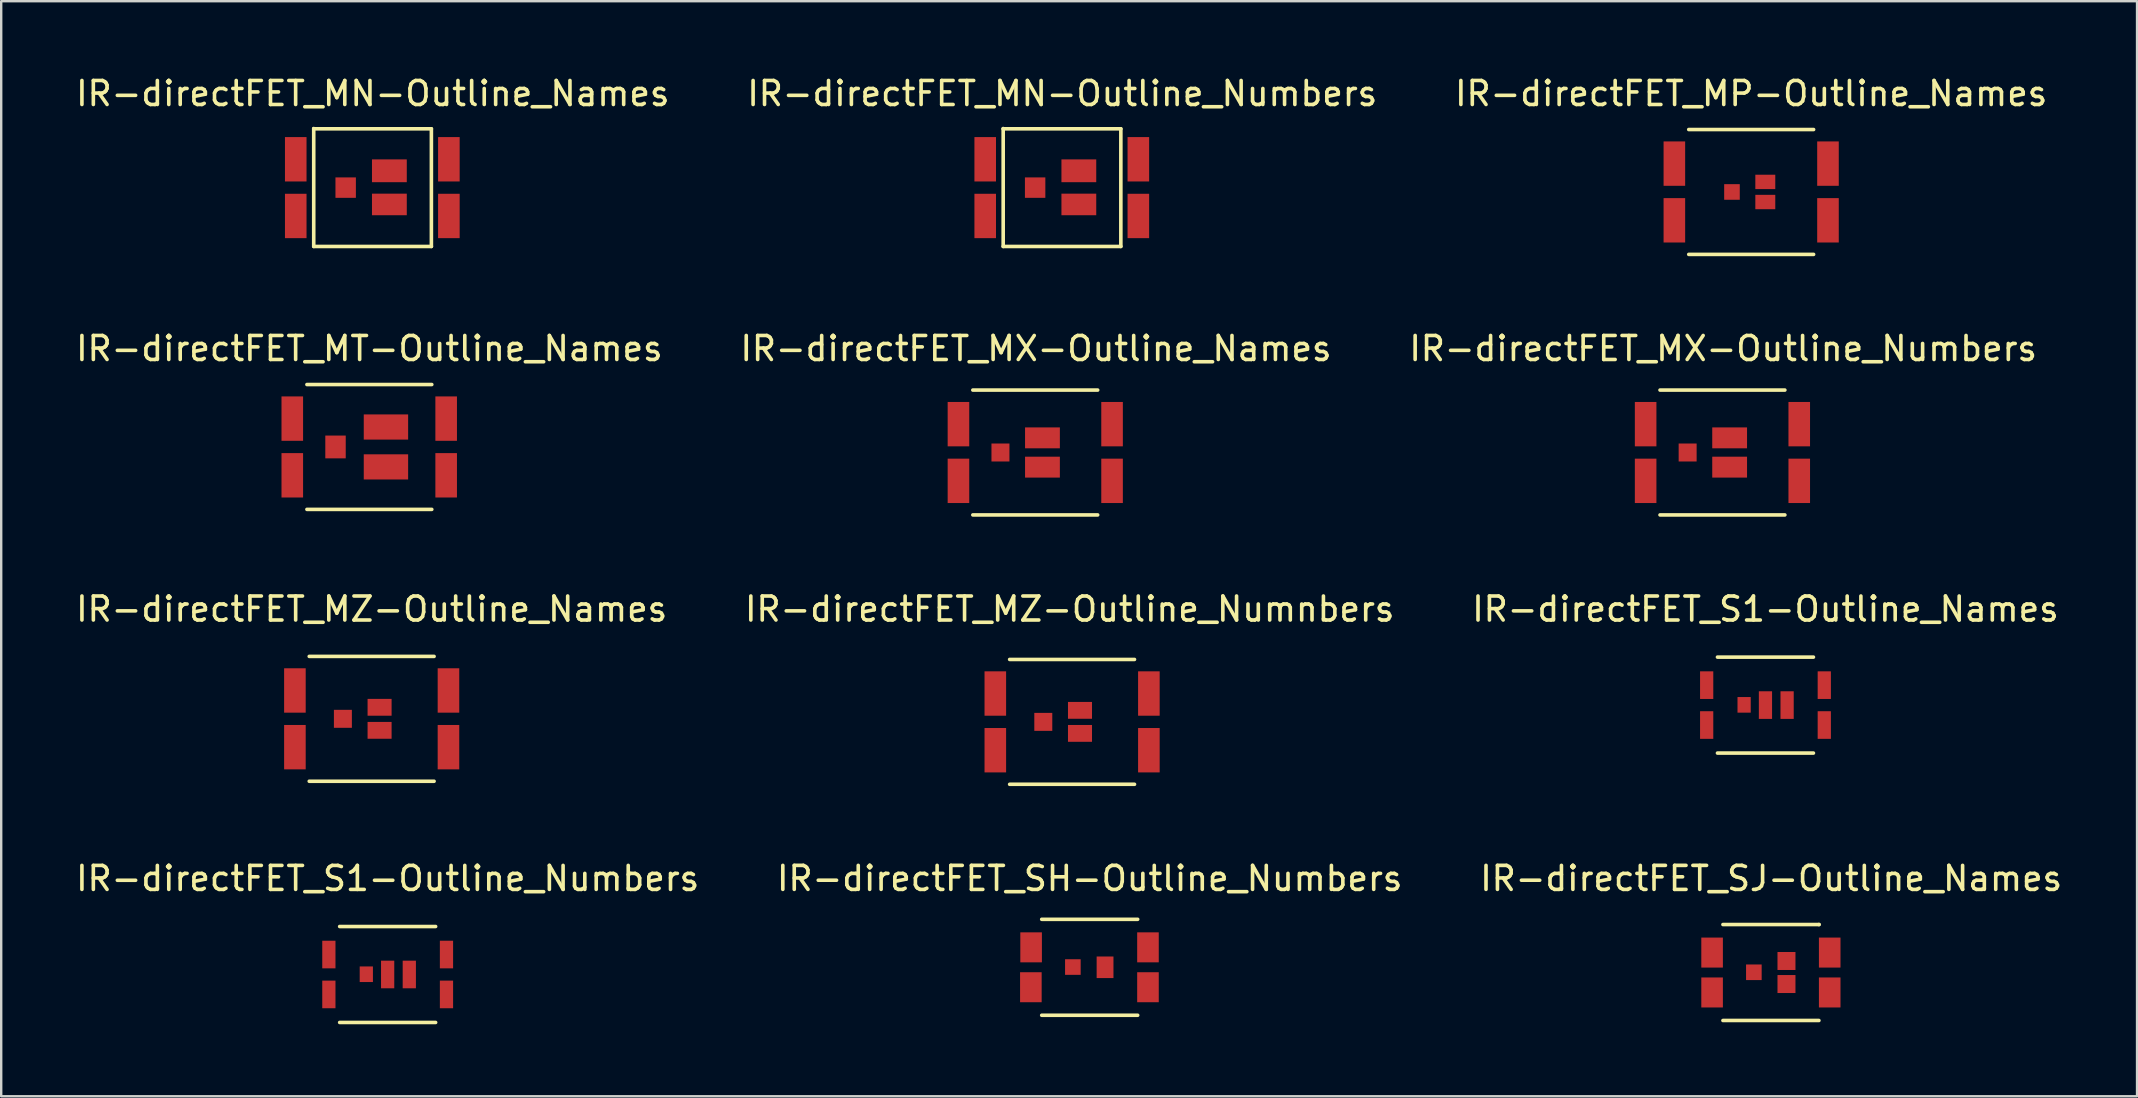
<source format=kicad_pcb>
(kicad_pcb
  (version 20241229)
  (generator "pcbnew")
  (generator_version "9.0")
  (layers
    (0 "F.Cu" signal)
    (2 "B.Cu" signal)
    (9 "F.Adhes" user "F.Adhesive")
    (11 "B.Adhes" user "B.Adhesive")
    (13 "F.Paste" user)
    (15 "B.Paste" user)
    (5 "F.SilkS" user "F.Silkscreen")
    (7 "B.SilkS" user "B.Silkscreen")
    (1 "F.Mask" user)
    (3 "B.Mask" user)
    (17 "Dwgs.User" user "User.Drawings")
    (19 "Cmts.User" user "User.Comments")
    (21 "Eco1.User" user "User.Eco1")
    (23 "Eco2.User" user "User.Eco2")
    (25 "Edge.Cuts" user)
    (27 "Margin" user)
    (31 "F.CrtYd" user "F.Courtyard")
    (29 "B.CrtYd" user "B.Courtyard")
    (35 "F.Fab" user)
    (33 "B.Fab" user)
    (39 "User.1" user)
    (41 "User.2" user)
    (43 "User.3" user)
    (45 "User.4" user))
  (footprint "IR-directFET_MN-Outline_Numbers"
    (layer "F.Cu")
    (at 41.198 4.767)
    (property "Reference" "IR-directFET_MN-Outline_Numbers" (at 0.01 -3.919 0) (layer "F.SilkS") (effects (font (size 1 1) (thickness 0.15))))
    (attr through_hole)
    (fp_line (start -2.451 -2.451) (end -2.451 -2.461) (stroke (width 0.15) (type solid)) (layer "F.SilkS"))
    (fp_line (start -2.451 2.451) (end -2.451 -2.451) (stroke (width 0.15) (type solid)) (layer "F.SilkS"))
    (fp_line (start -2.441 -2.451) (end 2.451 -2.451) (stroke (width 0.15) (type solid)) (layer "F.SilkS"))
    (fp_line (start 2.451 -2.451) (end 2.451 2.451) (stroke (width 0.15) (type solid)) (layer "F.SilkS"))
    (fp_line (start 2.451 2.451) (end -2.451 2.451) (stroke (width 0.15) (type solid)) (layer "F.SilkS"))
    (pad "1" smd rect (at 3.18 -1.181) (size 0.899 1.849) (layers "F.Cu" "F.Mask" "F.Paste"))
    (pad "2" smd rect (at 3.18 1.181) (size 0.899 1.849) (layers "F.Cu" "F.Mask" "F.Paste"))
    (pad "3" smd rect (at 0.701 -0.701) (size 1.45 0.95) (layers "F.Cu" "F.Mask" "F.Paste"))
    (pad "4" smd rect (at 0.701 0.701) (size 1.45 0.899) (layers "F.Cu" "F.Mask" "F.Paste"))
    (pad "5" smd rect (at -1.12 0) (size 0.851 0.851) (layers "F.Cu" "F.Mask" "F.Paste"))
    (pad "6" smd rect (at -3.2 -1.181) (size 0.899 1.849) (layers "F.Cu" "F.Mask" "F.Paste"))
    (pad "7" smd rect (at -3.2 1.181) (size 0.899 1.849) (layers "F.Cu" "F.Mask" "F.Paste")))
  (footprint "IR-directFET_MZ-Outline_Names"
    (layer "F.Cu")
    (at 12.435 26.899)
    (property "Reference" "IR-directFET_MZ-Outline_Names" (at 0 -4.572 0) (layer "F.SilkS") (effects (font (size 1 1) (thickness 0.15))))
    (attr through_hole)
    (fp_line (start -2.601 -2.601) (end 2.601 -2.601) (stroke (width 0.15) (type solid)) (layer "F.SilkS"))
    (fp_line (start 2.601 2.601) (end -2.601 2.601) (stroke (width 0.15) (type solid)) (layer "F.SilkS"))
    (pad "D" smd rect (at -3.198 -1.181) (size 0.899 1.849) (layers "F.Cu" "F.Mask" "F.Paste"))
    (pad "D" smd rect (at -3.198 1.181) (size 0.899 1.849) (layers "F.Cu" "F.Mask" "F.Paste"))
    (pad "D" smd rect (at 3.2 -1.181) (size 0.899 1.849) (layers "F.Cu" "F.Mask" "F.Paste"))
    (pad "D" smd rect (at 3.2 1.181) (size 0.899 1.849) (layers "F.Cu" "F.Mask" "F.Paste"))
    (pad "G" smd rect (at -1.199 0) (size 0.749 0.749) (layers "F.Cu" "F.Mask" "F.Paste"))
    (pad "S" smd rect (at 0.33 -0.48) (size 1.001 0.701) (layers "F.Cu" "F.Mask" "F.Paste"))
    (pad "S" smd rect (at 0.33 0.48) (size 1.001 0.701) (layers "F.Cu" "F.Mask" "F.Paste")))
  (footprint "IR-directFET_SJ-Outline_Names"
    (layer "F.Cu")
    (at 70.734 37.469)
    (property "Reference" "IR-directFET_SJ-Outline_Names" (at 0.01 -3.919 0) (layer "F.SilkS") (effects (font (size 1 1) (thickness 0.15))))
    (attr through_hole)
    (fp_line (start -1.999 -1.999) (end 1.999 -1.999) (stroke (width 0.15) (type solid)) (layer "F.SilkS"))
    (fp_line (start 1.999 -1.999) (end 2.009 -1.999) (stroke (width 0.15) (type solid)) (layer "F.SilkS"))
    (fp_line (start 1.999 1.999) (end -1.999 1.999) (stroke (width 0.15) (type solid)) (layer "F.SilkS"))
    (pad "D" smd rect (at -2.451 -0.831) (size 0.899 1.25) (layers "F.Cu" "F.Mask" "F.Paste"))
    (pad "D" smd rect (at -2.451 0.831) (size 0.899 1.25) (layers "F.Cu" "F.Mask" "F.Paste"))
    (pad "D" smd rect (at 2.449 -0.831) (size 0.899 1.25) (layers "F.Cu" "F.Mask" "F.Paste"))
    (pad "D" smd rect (at 2.449 0.831) (size 0.899 1.25) (layers "F.Cu" "F.Mask" "F.Paste"))
    (pad "G" smd rect (at -0.711 -0.01) (size 0.65 0.65) (layers "F.Cu" "F.Mask" "F.Paste"))
    (pad "S" smd rect (at 0.648 -0.48) (size 0.749 0.749) (layers "F.Cu" "F.Mask" "F.Paste"))
    (pad "S" smd rect (at 0.648 0.48) (size 0.749 0.749) (layers "F.Cu" "F.Mask" "F.Paste")))
  (footprint "IR-directFET_MZ-Outline_Numnbers"
    (layer "F.Cu")
    (at 41.617 27.026)
    (property "Reference" "IR-directFET_MZ-Outline_Numnbers" (at -0.099 -4.699 0) (layer "F.SilkS") (effects (font (size 1 1) (thickness 0.15))))
    (attr through_hole)
    (fp_line (start -2.601 -2.601) (end 2.601 -2.601) (stroke (width 0.15) (type solid)) (layer "F.SilkS"))
    (fp_line (start 2.601 2.601) (end -2.601 2.601) (stroke (width 0.15) (type solid)) (layer "F.SilkS"))
    (pad "1" smd rect (at 3.2 -1.181) (size 0.899 1.849) (layers "F.Cu" "F.Mask" "F.Paste"))
    (pad "2" smd rect (at 3.2 1.181) (size 0.899 1.849) (layers "F.Cu" "F.Mask" "F.Paste"))
    (pad "4" smd rect (at 0.33 -0.48) (size 1.001 0.701) (layers "F.Cu" "F.Mask" "F.Paste"))
    (pad "4" smd rect (at 0.33 0.48) (size 1.001 0.701) (layers "F.Cu" "F.Mask" "F.Paste"))
    (pad "5" smd rect (at -1.199 0) (size 0.749 0.749) (layers "F.Cu" "F.Mask" "F.Paste"))
    (pad "6" smd rect (at -3.198 -1.181) (size 0.899 1.849) (layers "F.Cu" "F.Mask" "F.Paste"))
    (pad "7" smd rect (at -3.198 1.181) (size 0.899 1.849) (layers "F.Cu" "F.Mask" "F.Paste")))
  (footprint "IR-directFET_S1-Outline_Numbers"
    (layer "F.Cu")
    (at 13.101 37.551)
    (property "Reference" "IR-directFET_S1-Outline_Numbers" (at 0 -4 0) (layer "F.SilkS") (effects (font (size 1 1) (thickness 0.15))))
    (attr through_hole)
    (fp_line (start -1.999 -1.999) (end 1.999 -1.999) (stroke (width 0.15) (type solid)) (layer "F.SilkS"))
    (fp_line (start 1.999 1.999) (end -1.999 1.999) (stroke (width 0.15) (type solid)) (layer "F.SilkS"))
    (pad "1" smd rect (at 2.451 -0.831) (size 0.551 1.151) (layers "F.Cu" "F.Mask" "F.Paste"))
    (pad "2" smd rect (at 2.451 0.831) (size 0.551 1.151) (layers "F.Cu" "F.Mask" "F.Paste"))
    (pad "3" smd rect (at 0.902 0) (size 0.551 1.151) (layers "F.Cu" "F.Mask" "F.Paste"))
    (pad "4" smd rect (at 0 0) (size 0.551 1.151) (layers "F.Cu" "F.Mask" "F.Paste"))
    (pad "5" smd rect (at -0.889 -0.01) (size 0.551 0.65) (layers "F.Cu" "F.Mask" "F.Paste"))
    (pad "6" smd rect (at -2.449 -0.831) (size 0.551 1.151) (layers "F.Cu" "F.Mask" "F.Paste"))
    (pad "7" smd rect (at -2.449 0.831) (size 0.551 1.151) (layers "F.Cu" "F.Mask" "F.Paste")))
  (footprint "IR-directFET_SH-Outline_Numbers"
    (layer "F.Cu")
    (at 42.351 37.251)
    (property "Reference" "IR-directFET_SH-Outline_Numbers" (at 0 -3.701 0) (layer "F.SilkS") (effects (font (size 1 1) (thickness 0.15))))
    (attr through_hole)
    (fp_line (start -1.999 -1.999) (end 1.999 -1.999) (stroke (width 0.15) (type solid)) (layer "F.SilkS"))
    (fp_line (start 1.999 1.999) (end -1.999 1.999) (stroke (width 0.15) (type solid)) (layer "F.SilkS"))
    (pad "D" smd rect (at -2.451 0.831) (size 0.899 1.25) (layers "F.Cu" "F.Mask" "F.Paste"))
    (pad "D" smd rect (at -2.441 -0.831) (size 0.899 1.25) (layers "F.Cu" "F.Mask" "F.Paste"))
    (pad "D" smd rect (at 2.428 -0.831) (size 0.899 1.25) (layers "F.Cu" "F.Mask" "F.Paste"))
    (pad "D" smd rect (at 2.428 0.831) (size 0.899 1.25) (layers "F.Cu" "F.Mask" "F.Paste"))
    (pad "G" smd rect (at -0.701 -0.01) (size 0.65 0.65) (layers "F.Cu" "F.Mask" "F.Paste"))
    (pad "S" smd rect (at 0.64 0) (size 0.701 0.899) (layers "F.Cu" "F.Mask" "F.Paste")))
  (footprint "IR-directFET_MX-Outline_Names"
    (layer "F.Cu")
    (at 40.083 15.803)
    (property "Reference" "IR-directFET_MX-Outline_Names" (at 0.03 -4.331 0) (layer "F.SilkS") (effects (font (size 1 1) (thickness 0.15))))
    (attr through_hole)
    (fp_line (start -2.601 -2.601) (end 2.601 -2.601) (stroke (width 0.15) (type solid)) (layer "F.SilkS"))
    (fp_line (start 2.601 2.601) (end -2.601 2.601) (stroke (width 0.15) (type solid)) (layer "F.SilkS"))
    (pad "D" smd rect (at -3.2 -1.181) (size 0.899 1.849) (layers "F.Cu" "F.Mask" "F.Paste"))
    (pad "D" smd rect (at -3.2 1.181) (size 0.899 1.849) (layers "F.Cu" "F.Mask" "F.Paste"))
    (pad "D" smd rect (at 3.2 -1.181) (size 0.899 1.849) (layers "F.Cu" "F.Mask" "F.Paste"))
    (pad "D" smd rect (at 3.2 1.181) (size 0.899 1.849) (layers "F.Cu" "F.Mask" "F.Paste"))
    (pad "G" smd rect (at -1.45 0) (size 0.749 0.749) (layers "F.Cu" "F.Mask" "F.Paste"))
    (pad "S" smd rect (at 0.3 -0.61) (size 1.45 0.871) (layers "F.Cu" "F.Mask" "F.Paste"))
    (pad "S" smd rect (at 0.3 0.61) (size 1.45 0.871) (layers "F.Cu" "F.Mask" "F.Paste")))
  (footprint "IR-directFET_MN-Outline_Names"
    (layer "F.Cu")
    (at 12.472 4.767)
    (property "Reference" "IR-directFET_MN-Outline_Names" (at 0.01 -3.919 0) (layer "F.SilkS") (effects (font (size 1 1) (thickness 0.15))))
    (attr through_hole)
    (fp_line (start -2.451 -2.451) (end -2.451 -2.461) (stroke (width 0.15) (type solid)) (layer "F.SilkS"))
    (fp_line (start -2.451 2.451) (end -2.451 -2.451) (stroke (width 0.15) (type solid)) (layer "F.SilkS"))
    (fp_line (start -2.441 -2.451) (end 2.451 -2.451) (stroke (width 0.15) (type solid)) (layer "F.SilkS"))
    (fp_line (start 2.451 -2.451) (end 2.451 2.451) (stroke (width 0.15) (type solid)) (layer "F.SilkS"))
    (fp_line (start 2.451 2.451) (end -2.451 2.451) (stroke (width 0.15) (type solid)) (layer "F.SilkS"))
    (pad "D" smd rect (at -3.2 -1.181) (size 0.899 1.849) (layers "F.Cu" "F.Mask" "F.Paste"))
    (pad "D" smd rect (at -3.2 1.181) (size 0.899 1.849) (layers "F.Cu" "F.Mask" "F.Paste"))
    (pad "D" smd rect (at 3.18 -1.181) (size 0.899 1.849) (layers "F.Cu" "F.Mask" "F.Paste"))
    (pad "D" smd rect (at 3.18 1.181) (size 0.899 1.849) (layers "F.Cu" "F.Mask" "F.Paste"))
    (pad "G" smd rect (at -1.12 0) (size 0.851 0.851) (layers "F.Cu" "F.Mask" "F.Paste"))
    (pad "S" smd rect (at 0.701 -0.701) (size 1.45 0.95) (layers "F.Cu" "F.Mask" "F.Paste"))
    (pad "S" smd rect (at 0.701 0.701) (size 1.45 0.899) (layers "F.Cu" "F.Mask" "F.Paste")))
  (footprint "IR-directFET_S1-Outline_Names"
    (layer "F.Cu")
    (at 70.506 26.327)
    (property "Reference" "IR-directFET_S1-Outline_Names" (at 0 -4 0) (layer "F.SilkS") (effects (font (size 1 1) (thickness 0.15))))
    (attr through_hole)
    (fp_line (start -1.999 -1.999) (end 1.999 -1.999) (stroke (width 0.15) (type solid)) (layer "F.SilkS"))
    (fp_line (start 1.999 1.999) (end -1.999 1.999) (stroke (width 0.15) (type solid)) (layer "F.SilkS"))
    (pad "D" smd rect (at -2.449 -0.831) (size 0.551 1.151) (layers "F.Cu" "F.Mask" "F.Paste"))
    (pad "D" smd rect (at -2.449 0.831) (size 0.551 1.151) (layers "F.Cu" "F.Mask" "F.Paste"))
    (pad "D" smd rect (at 2.451 -0.831) (size 0.551 1.151) (layers "F.Cu" "F.Mask" "F.Paste"))
    (pad "D" smd rect (at 2.451 0.831) (size 0.551 1.151) (layers "F.Cu" "F.Mask" "F.Paste"))
    (pad "G" smd rect (at -0.889 -0.01) (size 0.551 0.65) (layers "F.Cu" "F.Mask" "F.Paste"))
    (pad "S" smd rect (at 0 0) (size 0.551 1.151) (layers "F.Cu" "F.Mask" "F.Paste"))
    (pad "S" smd rect (at 0.902 0) (size 0.551 1.151) (layers "F.Cu" "F.Mask" "F.Paste")))
  (footprint "IR-directFET_MT-Outline_Names"
    (layer "F.Cu")
    (at 12.339 15.572)
    (property "Reference" "IR-directFET_MT-Outline_Names" (at 0 -4.1 0) (layer "F.SilkS") (effects (font (size 1 1) (thickness 0.15))))
    (attr through_hole)
    (fp_line (start -2.601 -2.601) (end 2.601 -2.601) (stroke (width 0.15) (type solid)) (layer "F.SilkS"))
    (fp_line (start 2.601 2.601) (end -2.601 2.601) (stroke (width 0.15) (type solid)) (layer "F.SilkS"))
    (pad "D" smd rect (at -3.211 -1.181) (size 0.899 1.849) (layers "F.Cu" "F.Mask" "F.Paste"))
    (pad "D" smd rect (at -3.211 1.181) (size 0.899 1.849) (layers "F.Cu" "F.Mask" "F.Paste"))
    (pad "D" smd rect (at 3.2 -1.181) (size 0.899 1.849) (layers "F.Cu" "F.Mask" "F.Paste"))
    (pad "D" smd rect (at 3.2 1.181) (size 0.899 1.849) (layers "F.Cu" "F.Mask" "F.Paste"))
    (pad "G" smd rect (at -1.41 0) (size 0.851 0.95) (layers "F.Cu" "F.Mask" "F.Paste"))
    (pad "S" smd rect (at 0.691 -0.831) (size 1.849 1.049) (layers "F.Cu" "F.Mask" "F.Paste"))
    (pad "S" smd rect (at 0.691 0.831) (size 1.849 1.049) (layers "F.Cu" "F.Mask" "F.Paste")))
  (footprint "IR-directFET_MX-Outline_Numbers"
    (layer "F.Cu")
    (at 68.714 15.803)
    (property "Reference" "IR-directFET_MX-Outline_Numbers" (at 0.03 -4.331 0) (layer "F.SilkS") (effects (font (size 1 1) (thickness 0.15))))
    (attr through_hole)
    (fp_line (start -2.601 -2.601) (end 2.601 -2.601) (stroke (width 0.15) (type solid)) (layer "F.SilkS"))
    (fp_line (start 2.601 2.601) (end -2.601 2.601) (stroke (width 0.15) (type solid)) (layer "F.SilkS"))
    (pad "D" smd rect (at -3.2 -1.181) (size 0.899 1.849) (layers "F.Cu" "F.Mask" "F.Paste"))
    (pad "D" smd rect (at -3.2 1.181) (size 0.899 1.849) (layers "F.Cu" "F.Mask" "F.Paste"))
    (pad "D" smd rect (at 3.2 -1.181) (size 0.899 1.849) (layers "F.Cu" "F.Mask" "F.Paste"))
    (pad "D" smd rect (at 3.2 1.181) (size 0.899 1.849) (layers "F.Cu" "F.Mask" "F.Paste"))
    (pad "G" smd rect (at -1.45 0) (size 0.749 0.749) (layers "F.Cu" "F.Mask" "F.Paste"))
    (pad "S" smd rect (at 0.3 -0.61) (size 1.45 0.871) (layers "F.Cu" "F.Mask" "F.Paste"))
    (pad "S" smd rect (at 0.3 0.61) (size 1.45 0.871) (layers "F.Cu" "F.Mask" "F.Paste")))
  (footprint "IR-directFET_MP-Outline_Names"
    (layer "F.Cu")
    (at 69.911 4.948)
    (property "Reference" "IR-directFET_MP-Outline_Names" (at 0 -4.1 0) (layer "F.SilkS") (effects (font (size 1 1) (thickness 0.15))))
    (attr through_hole)
    (fp_line (start -2.601 -2.601) (end 2.601 -2.601) (stroke (width 0.15) (type solid)) (layer "F.SilkS"))
    (fp_line (start 2.601 2.601) (end -2.601 2.601) (stroke (width 0.15) (type solid)) (layer "F.SilkS"))
    (pad "D" smd rect (at -3.2 -1.181) (size 0.899 1.849) (layers "F.Cu" "F.Mask" "F.Paste"))
    (pad "D" smd rect (at -3.2 1.181) (size 0.899 1.849) (layers "F.Cu" "F.Mask" "F.Paste"))
    (pad "D" smd rect (at 3.2 -1.181) (size 0.899 1.849) (layers "F.Cu" "F.Mask" "F.Paste"))
    (pad "D" smd rect (at 3.2 1.181) (size 0.899 1.849) (layers "F.Cu" "F.Mask" "F.Paste"))
    (pad "G" smd rect (at -0.8 0) (size 0.65 0.65) (layers "F.Cu" "F.Mask" "F.Paste"))
    (pad "S" smd rect (at 0.589 -0.419) (size 0.831 0.599) (layers "F.Cu" "F.Mask" "F.Paste"))
    (pad "S" smd rect (at 0.589 0.419) (size 0.831 0.599) (layers "F.Cu" "F.Mask" "F.Paste")))
  (gr_rect
    (start -3 -3)
    (end 85.988 42.625)
    (stroke (width 0.1) (type default))
    (fill no)
    (layer "Edge.Cuts")))
</source>
